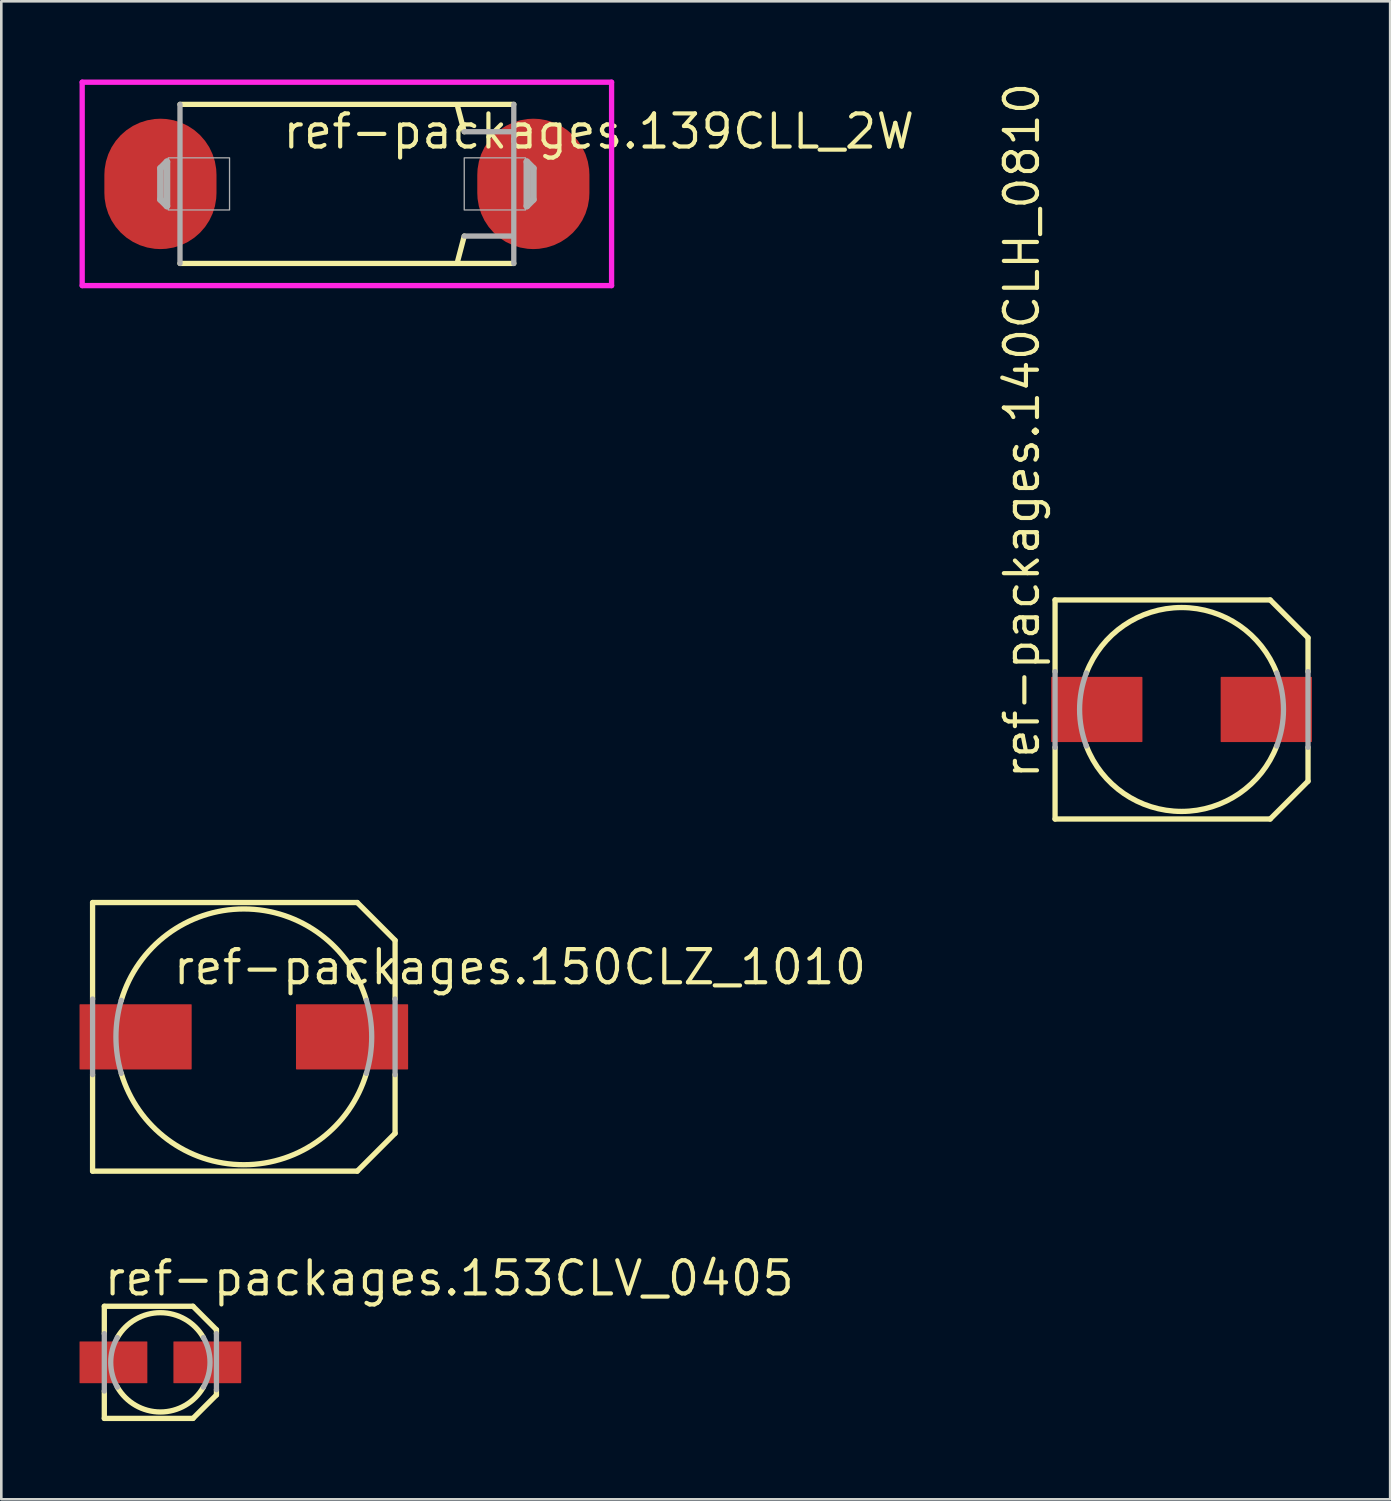
<source format=kicad_pcb>
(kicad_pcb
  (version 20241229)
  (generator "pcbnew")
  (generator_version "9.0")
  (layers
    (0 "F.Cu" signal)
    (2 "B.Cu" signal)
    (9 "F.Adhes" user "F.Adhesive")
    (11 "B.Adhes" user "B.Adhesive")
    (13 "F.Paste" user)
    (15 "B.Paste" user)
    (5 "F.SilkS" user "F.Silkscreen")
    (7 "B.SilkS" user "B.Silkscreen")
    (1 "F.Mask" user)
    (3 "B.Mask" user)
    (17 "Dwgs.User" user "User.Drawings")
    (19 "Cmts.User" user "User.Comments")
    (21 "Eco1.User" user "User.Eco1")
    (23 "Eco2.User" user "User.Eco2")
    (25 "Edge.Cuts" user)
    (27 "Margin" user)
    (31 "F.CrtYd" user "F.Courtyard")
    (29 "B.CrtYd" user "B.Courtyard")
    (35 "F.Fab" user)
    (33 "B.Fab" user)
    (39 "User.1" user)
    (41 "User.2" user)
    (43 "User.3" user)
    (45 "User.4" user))
  (footprint "ref-packages.150CLZ_1010"
    (layer "F.Cu")
    (at 6.3 36.709)
    (property "Reference" "ref-packages.150CLZ_1010" (at -2.79 -1.93 0) (layer "F.SilkS") (effects (font (size 1.27 1.27) (thickness 0.16)) (justify left bottom)))
    (attr smd)
    (fp_line (start -5.8 -5.15) (end 4.35 -5.15) (stroke (width 0.203) (type default)) (layer "F.SilkS"))
    (fp_line (start -5.8 -1.45) (end -5.8 -5.15) (stroke (width 0.203) (type default)) (layer "F.SilkS"))
    (fp_line (start -5.8 5.15) (end -5.8 1.45) (stroke (width 0.203) (type default)) (layer "F.SilkS"))
    (fp_line (start 4.35 5.15) (end -5.8 5.15) (stroke (width 0.203) (type default)) (layer "F.SilkS"))
    (fp_line (start 5.8 -3.7) (end 4.35 -5.15) (stroke (width 0.203) (type default)) (layer "F.SilkS"))
    (fp_line (start 5.8 -3.7) (end 5.8 -1.45) (stroke (width 0.203) (type default)) (layer "F.SilkS"))
    (fp_line (start 5.8 1.45) (end 5.8 3.7) (stroke (width 0.203) (type default)) (layer "F.SilkS"))
    (fp_line (start 5.8 3.7) (end 4.35 5.15) (stroke (width 0.203) (type default)) (layer "F.SilkS"))
    (fp_arc (start -4.7 -1.4) (mid 0 -4.90408) (end 4.7 -1.4) (stroke (width 0.2032) (type default)) (layer "F.SilkS"))
    (fp_arc (start 4.7 1.4) (mid 0 4.90408) (end -4.7 1.4) (stroke (width 0.2032) (type default)) (layer "F.SilkS"))
    (fp_line (start -5.8 1.45) (end -5.8 -1.45) (stroke (width 0.203) (type default)) (layer "F.Fab"))
    (fp_line (start 5.8 -1.45) (end 5.8 1.45) (stroke (width 0.203) (type default)) (layer "F.Fab"))
    (fp_arc (start -4.7 1.4) (mid -4.90408 0) (end -4.7 -1.4) (stroke (width 0.2032) (type default)) (layer "F.Fab"))
    (fp_arc (start 4.7 -1.4) (mid 4.90408 0) (end 4.7 1.4) (stroke (width 0.2032) (type default)) (layer "F.Fab"))
    (pad "+" smd roundrect (at 4.15 0) (size 4.3 2.5) (layers "F.Cu" "F.Mask" "F.Paste") (roundrect_rratio 0.01))
    (pad "-" smd roundrect (at -4.15 0) (size 4.3 2.5) (layers "F.Cu" "F.Mask" "F.Paste") (roundrect_rratio 0.01)))
  (footprint "ref-packages.139CLL_2W"
    (layer "F.Cu")
    (at 10.252 4.002)
    (property "Reference" "ref-packages.139CLL_2W" (at -2.54 -1.27 0) (layer "F.SilkS") (effects (font (size 1.27 1.27) (thickness 0.16)) (justify left bottom)))
    (attr smd)
    (fp_line (start -6.4 -3.05) (end 6.4 -3.05) (stroke (width 0.203) (type default)) (layer "F.SilkS"))
    (fp_line (start 4.5 -2) (end 4.25 -2.95) (stroke (width 0.203) (type default)) (layer "F.SilkS"))
    (fp_line (start 4.5 2) (end 4.25 2.95) (stroke (width 0.203) (type default)) (layer "F.SilkS"))
    (fp_line (start 6.4 3.05) (end -6.4 3.05) (stroke (width 0.203) (type default)) (layer "F.SilkS"))
    (fp_line (start -10.15 -3.9) (end -10.15 3.9) (stroke (width 0.203) (type default)) (layer "F.CrtYd"))
    (fp_line (start -10.15 3.9) (end 10.15 3.9) (stroke (width 0.203) (type default)) (layer "F.CrtYd"))
    (fp_line (start 10.15 -3.9) (end -10.15 -3.9) (stroke (width 0.203) (type default)) (layer "F.CrtYd"))
    (fp_line (start 10.15 3.9) (end 10.15 -3.9) (stroke (width 0.203) (type default)) (layer "F.CrtYd"))
    (fp_line (start -7.15 -0.6) (end -6.9 -0.85) (stroke (width 0.254) (type default)) (layer "F.Fab"))
    (fp_line (start -7.15 0.6) (end -7.15 -0.6) (stroke (width 0.254) (type default)) (layer "F.Fab"))
    (fp_line (start -6.9 -0.85) (end -6.9 0.85) (stroke (width 0.254) (type default)) (layer "F.Fab"))
    (fp_line (start -6.9 0.85) (end -7.15 0.6) (stroke (width 0.254) (type default)) (layer "F.Fab"))
    (fp_line (start -6.4 3.05) (end -6.4 -3.05) (stroke (width 0.203) (type default)) (layer "F.Fab"))
    (fp_line (start 6.35 -2) (end 4.5 -2) (stroke (width 0.203) (type default)) (layer "F.Fab"))
    (fp_line (start 6.35 2) (end 4.5 2) (stroke (width 0.203) (type default)) (layer "F.Fab"))
    (fp_line (start 6.4 -3.05) (end 6.4 3.05) (stroke (width 0.203) (type default)) (layer "F.Fab"))
    (fp_line (start 6.9 -0.85) (end 7.15 -0.6) (stroke (width 0.254) (type default)) (layer "F.Fab"))
    (fp_line (start 6.9 0.85) (end 6.9 -0.85) (stroke (width 0.254) (type default)) (layer "F.Fab"))
    (fp_line (start 7.15 -0.6) (end 7.15 0.6) (stroke (width 0.254) (type default)) (layer "F.Fab"))
    (fp_line (start 7.15 0.6) (end 6.9 0.85) (stroke (width 0.254) (type default)) (layer "F.Fab"))
    (fp_rect (start -6.85 1) (end -4.5 -1) (stroke (width 0.05) (type default)) (fill no) (layer "F.Fab"))
    (fp_rect (start 4.5 1) (end 6.85 -1) (stroke (width 0.05) (type default)) (fill no) (layer "F.Fab"))
    (pad "+" smd roundrect (at 7.15 0) (size 4.3 5) (layers "F.Cu" "F.Mask" "F.Paste") (roundrect_rratio 0.5))
    (pad "-" smd roundrect (at -7.15 0) (size 4.3 5) (layers "F.Cu" "F.Mask" "F.Paste") (roundrect_rratio 0.5)))
  (footprint "ref-packages.140CLH_0810"
    (layer "F.Cu")
    (at 42.258 24.156)
    (property "Reference" "ref-packages.140CLH_0810" (at -5.38 2.74 90) (layer "F.SilkS") (effects (font (size 1.27 1.27) (thickness 0.16)) (justify left bottom)))
    (attr smd)
    (fp_line (start -4.85 -4.2) (end 3.4 -4.2) (stroke (width 0.203) (type default)) (layer "F.SilkS"))
    (fp_line (start -4.85 -1.45) (end -4.85 -4.2) (stroke (width 0.203) (type default)) (layer "F.SilkS"))
    (fp_line (start -4.85 4.2) (end -4.85 1.45) (stroke (width 0.203) (type default)) (layer "F.SilkS"))
    (fp_line (start 3.4 4.2) (end -4.85 4.2) (stroke (width 0.203) (type default)) (layer "F.SilkS"))
    (fp_line (start 4.85 -2.75) (end 3.4 -4.2) (stroke (width 0.203) (type default)) (layer "F.SilkS"))
    (fp_line (start 4.85 -2.75) (end 4.85 -1.45) (stroke (width 0.203) (type default)) (layer "F.SilkS"))
    (fp_line (start 4.85 1.45) (end 4.85 2.75) (stroke (width 0.203) (type default)) (layer "F.SilkS"))
    (fp_line (start 4.85 2.75) (end 3.4 4.2) (stroke (width 0.203) (type default)) (layer "F.SilkS"))
    (fp_arc (start -3.65 -1.4) (mid 0 -3.909284) (end 3.65 -1.4) (stroke (width 0.2032) (type default)) (layer "F.SilkS"))
    (fp_arc (start 3.65 1.4) (mid 0 3.909284) (end -3.65 1.4) (stroke (width 0.2032) (type default)) (layer "F.SilkS"))
    (fp_line (start -4.85 1.45) (end -4.85 -1.45) (stroke (width 0.203) (type default)) (layer "F.Fab"))
    (fp_line (start 4.85 -1.45) (end 4.85 1.45) (stroke (width 0.203) (type default)) (layer "F.Fab"))
    (fp_arc (start -3.65 1.4) (mid -3.909284 0) (end -3.65 -1.4) (stroke (width 0.2032) (type default)) (layer "F.Fab"))
    (fp_arc (start 3.65 -1.4) (mid 3.909284 0) (end 3.65 1.4) (stroke (width 0.2032) (type default)) (layer "F.Fab"))
    (pad "+" smd roundrect (at 3.25 0) (size 3.5 2.5) (layers "F.Cu" "F.Mask" "F.Paste") (roundrect_rratio 0.01))
    (pad "-" smd roundrect (at -3.25 0) (size 3.5 2.5) (layers "F.Cu" "F.Mask" "F.Paste") (roundrect_rratio 0.01)))
  (footprint "ref-packages.153CLV_0405"
    (layer "F.Cu")
    (at 3.1 49.191)
    (property "Reference" "ref-packages.153CLV_0405" (at -2.24 -2.48 0) (layer "F.SilkS") (effects (font (size 1.27 1.27) (thickness 0.16)) (justify left bottom)))
    (attr smd)
    (fp_line (start -2.15 -2.15) (end 1.25 -2.15) (stroke (width 0.203) (type default)) (layer "F.SilkS"))
    (fp_line (start -2.15 -1.1) (end -2.15 -2.15) (stroke (width 0.203) (type default)) (layer "F.SilkS"))
    (fp_line (start -2.15 2.15) (end -2.15 1.1) (stroke (width 0.203) (type default)) (layer "F.SilkS"))
    (fp_line (start 1.25 -2.15) (end 2.15 -1.25) (stroke (width 0.203) (type default)) (layer "F.SilkS"))
    (fp_line (start 1.25 2.15) (end -2.15 2.15) (stroke (width 0.203) (type default)) (layer "F.SilkS"))
    (fp_line (start 2.15 -1.25) (end 2.15 -1.1) (stroke (width 0.203) (type default)) (layer "F.SilkS"))
    (fp_line (start 2.15 1.05) (end 2.15 1.25) (stroke (width 0.203) (type default)) (layer "F.SilkS"))
    (fp_line (start 2.15 1.25) (end 1.25 2.15) (stroke (width 0.203) (type default)) (layer "F.SilkS"))
    (fp_arc (start -1.65 -0.95) (mid 0 -1.903943) (end 1.65 -0.95) (stroke (width 0.2032) (type default)) (layer "F.SilkS"))
    (fp_arc (start 1.65 0.95) (mid 0 1.903943) (end -1.65 0.95) (stroke (width 0.2032) (type default)) (layer "F.SilkS"))
    (fp_line (start -2.15 1.1) (end -2.15 -1.1) (stroke (width 0.203) (type default)) (layer "F.Fab"))
    (fp_line (start 2.15 -1.1) (end 2.15 1.05) (stroke (width 0.203) (type default)) (layer "F.Fab"))
    (fp_arc (start -1.65 0.95) (mid -1.903943 0) (end -1.65 -0.95) (stroke (width 0.2032) (type default)) (layer "F.Fab"))
    (fp_arc (start 1.65 -0.95) (mid 1.903943 0) (end 1.65 0.95) (stroke (width 0.2032) (type default)) (layer "F.Fab"))
    (pad "+" smd roundrect (at 1.8 0) (size 2.6 1.6) (layers "F.Cu" "F.Mask" "F.Paste") (roundrect_rratio 0.01))
    (pad "-" smd roundrect (at -1.8 0) (size 2.6 1.6) (layers "F.Cu" "F.Mask" "F.Paste") (roundrect_rratio 0.01)))
  (gr_rect
    (start -3 -3)
    (end 50.258 54.442)
    (stroke (width 0.1) (type default))
    (fill no)
    (layer "Edge.Cuts")))
</source>
